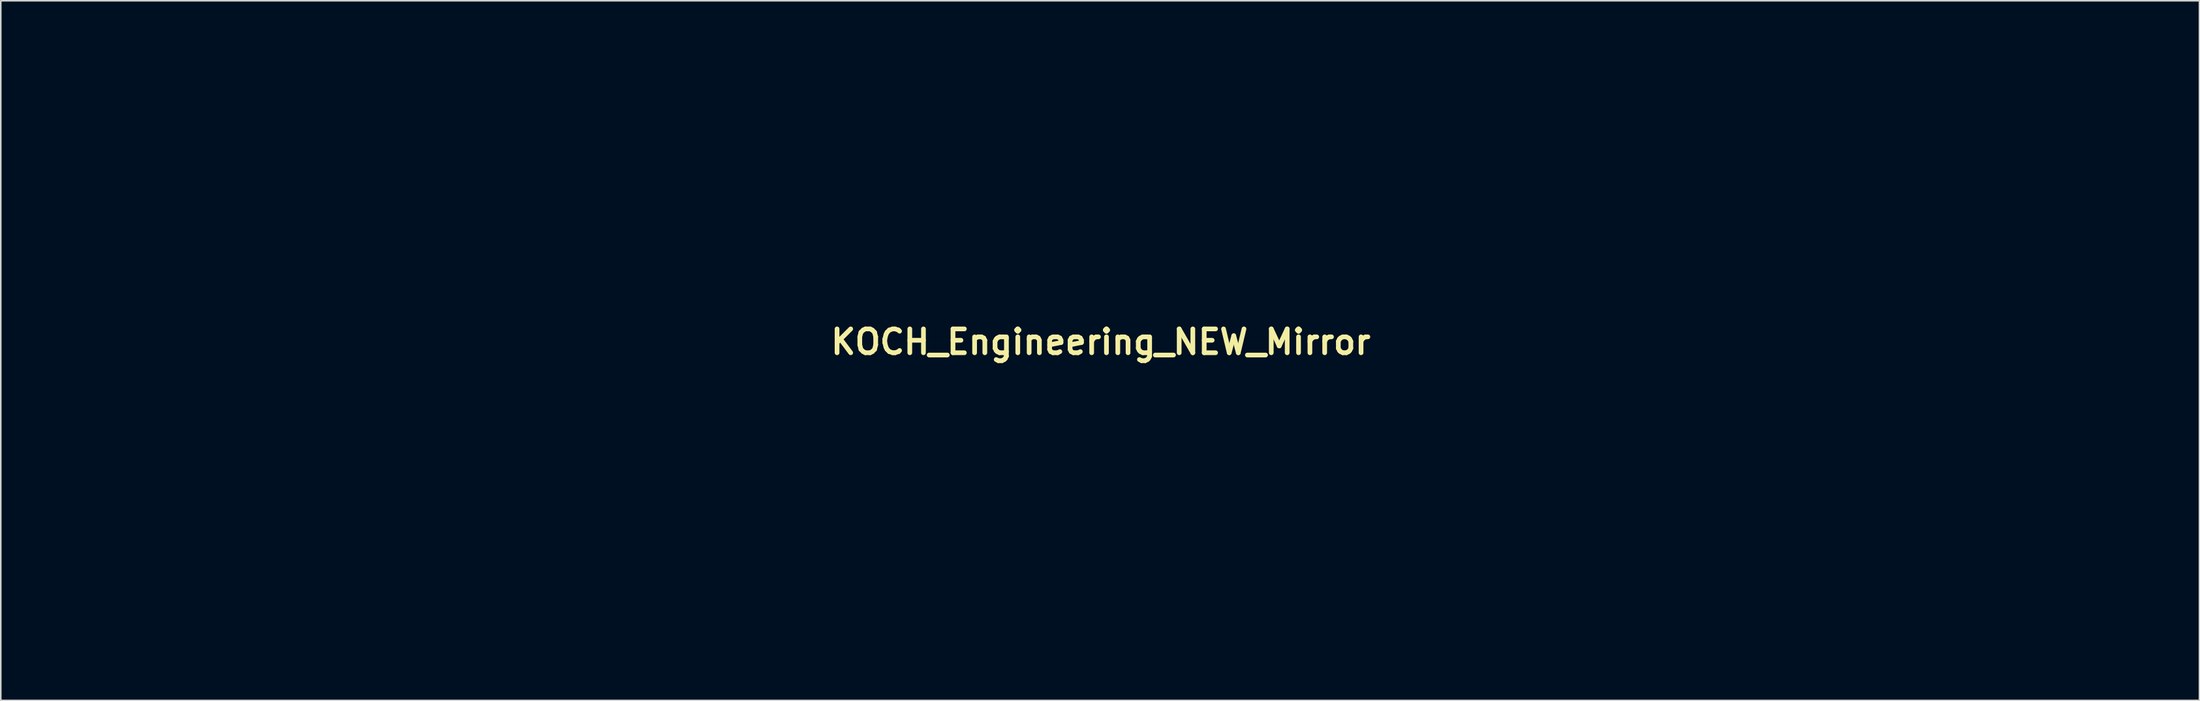
<source format=kicad_pcb>
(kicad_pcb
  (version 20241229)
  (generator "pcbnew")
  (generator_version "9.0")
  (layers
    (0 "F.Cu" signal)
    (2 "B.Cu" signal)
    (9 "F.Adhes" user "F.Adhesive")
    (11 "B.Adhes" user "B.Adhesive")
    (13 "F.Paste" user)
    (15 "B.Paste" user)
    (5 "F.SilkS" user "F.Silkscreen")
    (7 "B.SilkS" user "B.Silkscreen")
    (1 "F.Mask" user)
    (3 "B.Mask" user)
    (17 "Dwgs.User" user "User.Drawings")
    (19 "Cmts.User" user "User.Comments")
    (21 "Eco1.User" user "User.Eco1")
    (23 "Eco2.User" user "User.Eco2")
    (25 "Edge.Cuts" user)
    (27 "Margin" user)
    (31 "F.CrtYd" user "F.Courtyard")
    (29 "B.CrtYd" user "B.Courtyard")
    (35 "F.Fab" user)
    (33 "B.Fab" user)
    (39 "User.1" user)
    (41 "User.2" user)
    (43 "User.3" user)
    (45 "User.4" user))
  (footprint "KOCH_Engineering_NEW_Mirror"
    (layer "F.Cu")
    (at 67.23 18.801)
    (property "Reference" "KOCH_Engineering_NEW_Mirror" (at 0 0 0) (layer "F.SilkS") (effects (font (size 1.524 1.524) (thickness 0.3))))
    (attr through_hole)
    (fp_poly (pts (xy -10.657 7.667) (xy -10.224 7.851) (xy -9.758 8.2) (xy -9.388 8.682) (xy -9.12 9.287) (xy -8.993 9.8) (xy -8.913 10.245) (xy -13.377 10.245) (xy -13.377 9.794) (xy -13.35 9.436) (xy -13.283 9.045) (xy -13.241 8.884) (xy -13.018 8.406) (xy -12.677 8.026) (xy -12.245 7.753) (xy -11.747 7.596) (xy -11.209 7.565) (xy -10.657 7.667)) (stroke (width 0.01) (type solid)) (fill no) (layer "Eco2.User"))
    (fp_poly (pts (xy 0.688 7.667) (xy 1.121 7.851) (xy 1.587 8.2) (xy 1.957 8.682) (xy 2.225 9.287) (xy 2.352 9.8) (xy 2.432 10.245) (xy -2.032 10.245) (xy -2.032 9.794) (xy -2.005 9.436) (xy -1.937 9.045) (xy -1.896 8.884) (xy -1.673 8.406) (xy -1.332 8.026) (xy -0.9 7.753) (xy -0.402 7.596) (xy 0.136 7.565) (xy 0.688 7.667)) (stroke (width 0.01) (type solid)) (fill no) (layer "Eco2.User"))
    (fp_poly (pts (xy -55.94 7.61) (xy -55.785 7.649) (xy -55.288 7.879) (xy -54.874 8.253) (xy -54.545 8.766) (xy -54.303 9.411) (xy -54.152 10.185) (xy -54.093 11.082) (xy -54.092 11.213) (xy -54.122 11.938) (xy -54.212 12.531) (xy -54.373 13.02) (xy -54.612 13.435) (xy -54.848 13.713) (xy -55.277 14.068) (xy -55.725 14.259) (xy -56.211 14.29) (xy -56.684 14.19) (xy -57.354 13.892) (xy -57.955 13.453) (xy -58.457 12.895) (xy -58.506 12.825) (xy -58.759 12.458) (xy -58.759 8.83) (xy -58.296 8.393) (xy -57.735 7.956) (xy -57.148 7.678) (xy -56.546 7.562) (xy -55.94 7.61)) (stroke (width 0.01) (type solid)) (fill no) (layer "Eco2.User"))
    (fp_poly (pts (xy 34.738 7.61) (xy 34.893 7.649) (xy 35.39 7.879) (xy 35.804 8.253) (xy 36.133 8.766) (xy 36.375 9.411) (xy 36.526 10.185) (xy 36.585 11.082) (xy 36.586 11.213) (xy 36.556 11.938) (xy 36.466 12.531) (xy 36.305 13.02) (xy 36.066 13.435) (xy 35.83 13.713) (xy 35.401 14.068) (xy 34.953 14.259) (xy 34.467 14.29) (xy 33.994 14.19) (xy 33.324 13.892) (xy 32.723 13.453) (xy 32.221 12.895) (xy 32.172 12.825) (xy 31.919 12.458) (xy 31.919 8.83) (xy 32.382 8.393) (xy 32.943 7.956) (xy 33.53 7.678) (xy 34.132 7.562) (xy 34.738 7.61)) (stroke (width 0.01) (type solid)) (fill no) (layer "Eco2.User"))
    (fp_poly (pts (xy -54.642 -16.84) (xy -54.528 -16.791) (xy -54.447 -16.668) (xy -54.37 -16.437) (xy -54.309 -16.211) (xy -54.191 -15.447) (xy -54.226 -14.684) (xy -54.406 -13.95) (xy -54.725 -13.274) (xy -55.149 -12.713) (xy -55.384 -12.488) (xy -55.665 -12.259) (xy -55.958 -12.048) (xy -56.23 -11.876) (xy -56.448 -11.766) (xy -56.579 -11.74) (xy -56.594 -11.749) (xy -56.639 -11.848) (xy -56.598 -11.988) (xy -56.457 -12.188) (xy -56.207 -12.466) (xy -55.986 -12.689) (xy -55.669 -13.007) (xy -55.446 -13.237) (xy -55.293 -13.415) (xy -55.184 -13.571) (xy -55.094 -13.74) (xy -54.996 -13.953) (xy -54.99 -13.967) (xy -54.91 -14.185) (xy -54.859 -14.431) (xy -54.832 -14.75) (xy -54.823 -15.186) (xy -54.823 -15.28) (xy -54.828 -15.674) (xy -54.843 -16.016) (xy -54.865 -16.264) (xy -54.885 -16.365) (xy -54.949 -16.453) (xy -55.054 -16.452) (xy -55.217 -16.353) (xy -55.46 -16.145) (xy -55.67 -15.947) (xy -56.12 -15.472) (xy -56.444 -15.03) (xy -56.66 -14.605) (xy -56.775 -14.234) (xy -56.868 -13.769) (xy -56.931 -13.275) (xy -56.954 -12.82) (xy -56.938 -12.525) (xy -56.91 -12.277) (xy -56.923 -12.153) (xy -56.991 -12.111) (xy -57.057 -12.107) (xy -57.133 -12.116) (xy -57.183 -12.161) (xy -57.213 -12.27) (xy -57.228 -12.472) (xy -57.233 -12.795) (xy -57.233 -13.102) (xy -57.221 -13.668) (xy -57.176 -14.117) (xy -57.089 -14.498) (xy -56.946 -14.864) (xy -56.736 -15.264) (xy -56.725 -15.282) (xy -56.451 -15.683) (xy -56.112 -16.063) (xy -55.741 -16.395) (xy -55.368 -16.653) (xy -55.027 -16.811) (xy -54.815 -16.849) (xy -54.642 -16.84)) (stroke (width 0.01) (type solid)) (fill no) (layer "Eco2.User"))
    (fp_poly (pts (xy 46.438 -14.99) (xy 46.99 -14.898) (xy 47.217 -14.837) (xy 47.81 -14.593) (xy 48.413 -14.245) (xy 48.97 -13.829) (xy 49.424 -13.385) (xy 49.486 -13.311) (xy 50.001 -12.536) (xy 50.38 -11.682) (xy 50.621 -10.77) (xy 50.721 -9.825) (xy 50.679 -8.869) (xy 50.492 -7.926) (xy 50.158 -7.019) (xy 50.075 -6.847) (xy 49.792 -6.385) (xy 49.408 -5.9) (xy 48.965 -5.434) (xy 48.505 -5.032) (xy 48.069 -4.736) (xy 48.033 -4.717) (xy 47.318 -4.42) (xy 46.515 -4.234) (xy 45.673 -4.163) (xy 44.838 -4.212) (xy 44.471 -4.277) (xy 43.722 -4.508) (xy 43.034 -4.867) (xy 42.378 -5.373) (xy 42.145 -5.594) (xy 41.537 -6.302) (xy 41.078 -7.082) (xy 40.765 -7.942) (xy 40.593 -8.887) (xy 40.557 -9.617) (xy 40.564 -9.718) (xy 42.868 -9.718) (xy 42.905 -8.952) (xy 43.066 -8.232) (xy 43.347 -7.584) (xy 43.744 -7.031) (xy 43.919 -6.855) (xy 44.455 -6.472) (xy 45.048 -6.246) (xy 45.684 -6.181) (xy 46.355 -6.279) (xy 46.453 -6.307) (xy 47.022 -6.561) (xy 47.503 -6.953) (xy 47.891 -7.472) (xy 48.177 -8.106) (xy 48.353 -8.844) (xy 48.403 -9.311) (xy 48.39 -10.114) (xy 48.255 -10.845) (xy 48.009 -11.493) (xy 47.663 -12.044) (xy 47.225 -12.485) (xy 46.707 -12.804) (xy 46.119 -12.987) (xy 45.471 -13.021) (xy 45.428 -13.018) (xy 44.809 -12.887) (xy 44.242 -12.608) (xy 43.754 -12.202) (xy 43.37 -11.688) (xy 43.183 -11.292) (xy 42.96 -10.506) (xy 42.868 -9.718) (xy 40.564 -9.718) (xy 40.632 -10.604) (xy 40.855 -11.526) (xy 41.218 -12.373) (xy 41.712 -13.132) (xy 42.33 -13.79) (xy 43.063 -14.337) (xy 43.902 -14.761) (xy 44.196 -14.869) (xy 44.652 -14.974) (xy 45.214 -15.029) (xy 45.828 -15.034) (xy 46.438 -14.99)) (stroke (width 0.01) (type solid)) (fill no) (layer "Eco2.User"))
    (fp_poly (pts (xy 35.155 -14.977) (xy 35.808 -14.826) (xy 35.831 -14.819) (xy 36.392 -14.588) (xy 36.973 -14.251) (xy 37.517 -13.847) (xy 37.966 -13.416) (xy 38.056 -13.311) (xy 38.573 -12.532) (xy 38.954 -11.675) (xy 39.195 -10.762) (xy 39.294 -9.815) (xy 39.249 -8.858) (xy 39.059 -7.913) (xy 38.721 -7.004) (xy 38.645 -6.847) (xy 38.362 -6.385) (xy 37.978 -5.9) (xy 37.535 -5.434) (xy 37.075 -5.032) (xy 36.639 -4.736) (xy 36.603 -4.717) (xy 35.887 -4.42) (xy 35.077 -4.234) (xy 34.215 -4.162) (xy 33.341 -4.209) (xy 32.926 -4.276) (xy 32.24 -4.458) (xy 31.688 -4.702) (xy 31.279 -5.003) (xy 31.021 -5.354) (xy 30.928 -5.661) (xy 30.939 -6.08) (xy 31.077 -6.435) (xy 31.322 -6.697) (xy 31.651 -6.84) (xy 31.834 -6.858) (xy 32.066 -6.824) (xy 32.386 -6.734) (xy 32.73 -6.607) (xy 32.776 -6.588) (xy 33.118 -6.45) (xy 33.404 -6.368) (xy 33.705 -6.327) (xy 34.094 -6.313) (xy 34.163 -6.312) (xy 34.556 -6.317) (xy 34.841 -6.343) (xy 35.077 -6.402) (xy 35.326 -6.506) (xy 35.417 -6.549) (xy 35.93 -6.893) (xy 36.364 -7.377) (xy 36.703 -7.981) (xy 36.755 -8.107) (xy 36.874 -8.545) (xy 36.941 -9.089) (xy 36.958 -9.68) (xy 36.923 -10.263) (xy 36.837 -10.781) (xy 36.764 -11.026) (xy 36.449 -11.692) (xy 36.044 -12.216) (xy 35.546 -12.6) (xy 35.004 -12.833) (xy 34.495 -12.936) (xy 33.959 -12.935) (xy 33.359 -12.829) (xy 32.906 -12.7) (xy 32.424 -12.555) (xy 32.067 -12.474) (xy 31.802 -12.459) (xy 31.599 -12.508) (xy 31.424 -12.621) (xy 31.345 -12.695) (xy 31.106 -13.035) (xy 31.03 -13.419) (xy 31.079 -13.741) (xy 31.257 -14.084) (xy 31.578 -14.383) (xy 32.016 -14.634) (xy 32.549 -14.832) (xy 33.153 -14.97) (xy 33.804 -15.044) (xy 34.48 -15.048) (xy 35.155 -14.977)) (stroke (width 0.01) (type solid)) (fill no) (layer "Eco2.User"))
    (fp_poly (pts (xy 28.517 -14.856) (xy 28.824 -14.627) (xy 28.922 -14.503) (xy 28.957 -14.445) (xy 28.986 -14.373) (xy 29.011 -14.273) (xy 29.031 -14.131) (xy 29.047 -13.933) (xy 29.059 -13.666) (xy 29.068 -13.315) (xy 29.075 -12.866) (xy 29.079 -12.307) (xy 29.081 -11.623) (xy 29.083 -10.799) (xy 29.083 -9.823) (xy 29.083 -9.61) (xy 29.083 -8.602) (xy 29.082 -7.749) (xy 29.08 -7.038) (xy 29.076 -6.455) (xy 29.07 -5.986) (xy 29.061 -5.616) (xy 29.049 -5.334) (xy 29.034 -5.123) (xy 29.015 -4.971) (xy 28.992 -4.863) (xy 28.963 -4.787) (xy 28.93 -4.727) (xy 28.922 -4.716) (xy 28.646 -4.439) (xy 28.303 -4.281) (xy 27.929 -4.24) (xy 27.564 -4.311) (xy 27.245 -4.49) (xy 27.011 -4.774) (xy 26.95 -4.914) (xy 26.91 -5.125) (xy 26.879 -5.494) (xy 26.857 -6.008) (xy 26.846 -6.655) (xy 26.844 -6.923) (xy 26.839 -8.639) (xy 24.532 -8.616) (xy 22.225 -8.594) (xy 22.183 -6.731) (xy 22.161 -5.989) (xy 22.133 -5.41) (xy 22.099 -4.996) (xy 22.059 -4.749) (xy 22.037 -4.689) (xy 21.849 -4.496) (xy 21.556 -4.338) (xy 21.223 -4.246) (xy 21.069 -4.234) (xy 20.801 -4.28) (xy 20.528 -4.392) (xy 20.505 -4.405) (xy 20.395 -4.474) (xy 20.301 -4.545) (xy 20.222 -4.631) (xy 20.158 -4.746) (xy 20.106 -4.905) (xy 20.066 -5.119) (xy 20.035 -5.404) (xy 20.013 -5.773) (xy 19.998 -6.24) (xy 19.989 -6.818) (xy 19.984 -7.521) (xy 19.982 -8.362) (xy 19.981 -9.357) (xy 19.981 -9.61) (xy 19.982 -10.641) (xy 19.983 -11.517) (xy 19.987 -12.251) (xy 19.995 -12.856) (xy 20.009 -13.347) (xy 20.029 -13.738) (xy 20.058 -14.041) (xy 20.096 -14.271) (xy 20.145 -14.441) (xy 20.206 -14.565) (xy 20.281 -14.656) (xy 20.372 -14.73) (xy 20.478 -14.798) (xy 20.505 -14.814) (xy 20.905 -14.964) (xy 21.336 -14.953) (xy 21.644 -14.848) (xy 21.811 -14.759) (xy 21.939 -14.654) (xy 22.033 -14.513) (xy 22.1 -14.313) (xy 22.143 -14.031) (xy 22.168 -13.647) (xy 22.18 -13.139) (xy 22.183 -12.484) (xy 22.183 -12.45) (xy 22.183 -10.668) (xy 26.839 -10.668) (xy 26.844 -12.34) (xy 26.852 -13.018) (xy 26.87 -13.572) (xy 26.898 -13.988) (xy 26.936 -14.253) (xy 26.95 -14.306) (xy 27.141 -14.63) (xy 27.431 -14.85) (xy 27.783 -14.964) (xy 28.158 -14.968) (xy 28.517 -14.856)) (stroke (width 0.01) (type solid)) (fill no) (layer "Eco2.User"))
    (fp_poly (pts (xy 53.764 -16.87) (xy 53.764 -14.944) (xy 53.996 -14.781) (xy 54.111 -14.68) (xy 54.324 -14.471) (xy 54.62 -14.171) (xy 54.982 -13.796) (xy 55.395 -13.363) (xy 55.843 -12.889) (xy 56.049 -12.669) (xy 57.87 -10.719) (xy 57.912 -12.555) (xy 57.954 -14.39) (xy 58.231 -14.667) (xy 58.407 -14.825) (xy 58.572 -14.908) (xy 58.793 -14.94) (xy 59.013 -14.944) (xy 59.311 -14.934) (xy 59.507 -14.889) (xy 59.669 -14.785) (xy 59.794 -14.667) (xy 60.071 -14.39) (xy 60.096 -12.233) (xy 60.121 -10.075) (xy 64.601 -10.075) (xy 64.601 -8.975) (xy 60.113 -8.975) (xy 60.113 -6.977) (xy 60.112 -6.329) (xy 60.107 -5.828) (xy 60.097 -5.451) (xy 60.08 -5.177) (xy 60.055 -4.983) (xy 60.021 -4.847) (xy 59.975 -4.746) (xy 59.969 -4.735) (xy 59.715 -4.457) (xy 59.374 -4.293) (xy 58.991 -4.245) (xy 58.609 -4.318) (xy 58.27 -4.516) (xy 58.219 -4.564) (xy 57.954 -4.829) (xy 57.912 -6.928) (xy 57.87 -9.027) (xy 57.131 -8.231) (xy 56.393 -7.434) (xy 56.985 -6.939) (xy 57.577 -6.445) (xy 56.326 -6.054) (xy 55.875 -5.913) (xy 55.467 -5.785) (xy 55.135 -5.681) (xy 54.915 -5.611) (xy 54.858 -5.593) (xy 54.693 -5.498) (xy 54.463 -5.315) (xy 54.217 -5.082) (xy 54.204 -5.069) (xy 53.767 -4.614) (xy 53.765 -2.434) (xy 53.763 -0.254) (xy 52.663 -0.254) (xy 52.663 -4.231) (xy 52.373 -4.352) (xy 52.055 -4.55) (xy 51.877 -4.831) (xy 51.828 -5.212) (xy 51.836 -5.338) (xy 51.928 -5.743) (xy 52.13 -6.078) (xy 52.214 -6.19) (xy 52.282 -6.306) (xy 52.339 -6.452) (xy 52.39 -6.651) (xy 52.442 -6.929) (xy 52.5 -7.309) (xy 52.57 -7.817) (xy 52.625 -8.236) (xy 52.698 -8.779) (xy 52.768 -9.267) (xy 52.83 -9.676) (xy 52.881 -9.978) (xy 52.916 -10.148) (xy 52.925 -10.174) (xy 53.016 -10.167) (xy 53.218 -10.045) (xy 53.525 -9.814) (xy 53.734 -9.643) (xy 54.045 -9.383) (xy 54.318 -9.156) (xy 54.521 -8.989) (xy 54.616 -8.912) (xy 54.696 -8.881) (xy 54.797 -8.92) (xy 54.946 -9.046) (xy 55.168 -9.279) (xy 55.27 -9.392) (xy 55.791 -9.974) (xy 54.385 -11.358) (xy 53.823 -11.915) (xy 53.371 -12.371) (xy 53.018 -12.741) (xy 52.753 -13.038) (xy 52.564 -13.278) (xy 52.438 -13.475) (xy 52.364 -13.646) (xy 52.33 -13.803) (xy 52.324 -13.924) (xy 52.384 -14.298) (xy 52.493 -14.501) (xy 52.547 -14.578) (xy 52.587 -14.672) (xy 52.617 -14.804) (xy 52.638 -14.997) (xy 52.651 -15.272) (xy 52.659 -15.652) (xy 52.662 -16.159) (xy 52.663 -16.756) (xy 52.663 -18.796) (xy 53.763 -18.796) (xy 53.764 -16.87)) (stroke (width 0.01) (type solid)) (fill no) (layer "Eco2.User"))
    (fp_poly (pts (xy -58.873 -14.406) (xy -58.812 -14.281) (xy -58.701 -14.097) (xy -58.552 -13.988) (xy -58.367 -13.851) (xy -58.167 -13.594) (xy -57.944 -13.204) (xy -57.702 -12.7) (xy -57.562 -12.405) (xy -57.434 -12.16) (xy -57.344 -12.017) (xy -57.344 -12.016) (xy -57.252 -11.82) (xy -57.235 -11.703) (xy -57.199 -11.535) (xy -57.15 -11.472) (xy -57.074 -11.351) (xy -57.063 -11.277) (xy -57.008 -11.121) (xy -56.876 -10.926) (xy -56.851 -10.896) (xy -56.702 -10.753) (xy -56.545 -10.688) (xy -56.31 -10.68) (xy -56.218 -10.685) (xy -55.954 -10.721) (xy -55.811 -10.782) (xy -55.802 -10.852) (xy -55.945 -10.917) (xy -55.965 -10.922) (xy -56.136 -10.985) (xy -56.152 -11.049) (xy -56.025 -11.106) (xy -55.768 -11.148) (xy -55.584 -11.161) (xy -54.772 -11.128) (xy -54.002 -10.962) (xy -53.295 -10.674) (xy -52.674 -10.276) (xy -52.159 -9.778) (xy -51.773 -9.192) (xy -51.759 -9.164) (xy -51.667 -8.968) (xy -51.603 -8.794) (xy -51.561 -8.607) (xy -51.536 -8.372) (xy -51.525 -8.052) (xy -51.521 -7.611) (xy -51.521 -7.408) (xy -51.523 -6.901) (xy -51.533 -6.52) (xy -51.557 -6.224) (xy -51.599 -5.971) (xy -51.665 -5.718) (xy -51.759 -5.422) (xy -51.761 -5.419) (xy -52.125 -4.483) (xy -52.564 -3.612) (xy -53.059 -2.839) (xy -53.591 -2.197) (xy -53.673 -2.114) (xy -53.997 -1.815) (xy -54.272 -1.627) (xy -54.548 -1.528) (xy -54.88 -1.493) (xy -55.06 -1.493) (xy -55.366 -1.511) (xy -55.609 -1.549) (xy -55.734 -1.598) (xy -55.89 -1.684) (xy -56.092 -1.651) (xy -56.371 -1.493) (xy -56.398 -1.474) (xy -56.791 -1.283) (xy -57.202 -1.221) (xy -57.58 -1.295) (xy -57.616 -1.311) (xy -57.87 -1.432) (xy -57.54 -1.436) (xy -57.352 -1.453) (xy -57.192 -1.519) (xy -57.016 -1.66) (xy -56.778 -1.905) (xy -56.778 -1.906) (xy -56.483 -2.192) (xy -56.25 -2.339) (xy -56.054 -2.352) (xy -55.874 -2.238) (xy -55.831 -2.194) (xy -55.591 -2.008) (xy -55.274 -1.857) (xy -54.968 -1.781) (xy -54.913 -1.778) (xy -54.767 -1.828) (xy -54.584 -1.951) (xy -54.406 -2.11) (xy -54.275 -2.265) (xy -54.232 -2.378) (xy -54.242 -2.397) (xy -54.357 -2.435) (xy -54.568 -2.455) (xy -54.614 -2.455) (xy -54.855 -2.488) (xy -55.022 -2.571) (xy -55.033 -2.582) (xy -55.197 -2.691) (xy -55.291 -2.709) (xy -55.434 -2.74) (xy -55.471 -2.773) (xy -55.565 -2.857) (xy -55.751 -2.967) (xy -55.961 -3.069) (xy -56.13 -3.128) (xy -56.164 -3.133) (xy -56.283 -3.075) (xy -56.475 -2.927) (xy -56.703 -2.722) (xy -56.928 -2.498) (xy -57.112 -2.289) (xy -57.18 -2.194) (xy -57.355 -1.993) (xy -57.528 -1.864) (xy -57.699 -1.8) (xy -57.854 -1.838) (xy -57.963 -1.903) (xy -58.127 -1.998) (xy -58.225 -1.989) (xy -58.333 -1.866) (xy -58.338 -1.86) (xy -58.483 -1.666) (xy -58.812 -1.869) (xy -59.164 -2.1) (xy -59.448 -2.324) (xy -59.684 -2.543) (xy -59.877 -2.746) (xy -60.089 -2.989) (xy -60.242 -3.175) (xy -53.679 -3.175) (xy -53.636 -3.133) (xy -53.594 -3.175) (xy -53.636 -3.217) (xy -53.679 -3.175) (xy -60.242 -3.175) (xy -60.289 -3.233) (xy -60.385 -3.36) (xy -53.539 -3.36) (xy -53.536 -3.357) (xy -53.436 -3.341) (xy -53.354 -3.438) (xy -53.34 -3.519) (xy -53.303 -3.628) (xy -53.275 -3.641) (xy -53.201 -3.71) (xy -53.094 -3.882) (xy -53.056 -3.958) (xy -52.923 -4.23) (xy -52.798 -4.484) (xy -52.782 -4.515) (xy -52.695 -4.749) (xy -52.663 -4.943) (xy -52.631 -5.129) (xy -52.586 -5.211) (xy -52.527 -5.346) (xy -52.49 -5.568) (xy -52.478 -5.816) (xy -52.492 -6.029) (xy -52.535 -6.149) (xy -52.546 -6.155) (xy -52.638 -6.11) (xy -52.707 -5.928) (xy -52.743 -5.64) (xy -52.746 -5.524) (xy -52.77 -5.337) (xy -52.826 -5.25) (xy -52.832 -5.249) (xy -52.889 -5.175) (xy -52.916 -4.993) (xy -52.917 -4.962) (xy -52.954 -4.731) (xy -53.044 -4.626) (xy -53.14 -4.513) (xy -53.171 -4.363) (xy -53.199 -4.203) (xy -53.255 -4.149) (xy -53.33 -4.08) (xy -53.34 -4.017) (xy -53.377 -3.852) (xy -53.464 -3.647) (xy -53.535 -3.468) (xy -53.539 -3.36) (xy -60.385 -3.36) (xy -60.447 -3.442) (xy -60.53 -3.576) (xy -60.537 -3.598) (xy -60.595 -3.701) (xy -60.655 -3.758) (xy -60.78 -3.91) (xy -60.947 -4.183) (xy -61.136 -4.542) (xy -61.329 -4.948) (xy -61.509 -5.364) (xy -61.656 -5.755) (xy -61.682 -5.834) (xy -61.78 -6.153) (xy -61.843 -6.42) (xy -61.877 -6.688) (xy -61.887 -7.007) (xy -61.88 -7.43) (xy -61.876 -7.563) (xy -61.876 -7.569) (xy -61.276 -7.569) (xy -61.268 -6.858) (xy -61.225 -6.357) (xy -61.174 -6.013) (xy -61.114 -5.817) (xy -61.045 -5.757) (xy -60.975 -5.828) (xy -60.929 -5.948) (xy -60.904 -6.124) (xy -60.885 -6.41) (xy -60.877 -6.749) (xy -60.876 -6.79) (xy -60.866 -7.106) (xy -60.863 -7.126) (xy -52.487 -7.126) (xy -52.485 -6.715) (xy -52.47 -6.452) (xy -52.439 -6.316) (xy -52.39 -6.285) (xy -52.388 -6.286) (xy -52.322 -6.394) (xy -52.275 -6.659) (xy -52.255 -6.949) (xy -52.25 -7.325) (xy -52.262 -7.692) (xy -52.287 -7.959) (xy -52.333 -8.177) (xy -52.378 -8.239) (xy -52.418 -8.154) (xy -52.452 -7.935) (xy -52.476 -7.594) (xy -52.487 -7.142) (xy -52.487 -7.126) (xy -60.863 -7.126) (xy -60.838 -7.353) (xy -60.799 -7.485) (xy -60.791 -7.493) (xy -60.74 -7.602) (xy -60.708 -7.819) (xy -60.703 -7.942) (xy -60.676 -8.219) (xy -60.609 -8.446) (xy -60.576 -8.504) (xy -60.481 -8.714) (xy -60.452 -8.906) (xy -60.426 -9.077) (xy -60.405 -9.102) (xy -52.663 -9.102) (xy -52.617 -8.989) (xy -52.578 -8.975) (xy -52.503 -9.043) (xy -52.493 -9.102) (xy -52.539 -9.214) (xy -52.578 -9.229) (xy -52.653 -9.16) (xy -52.663 -9.102) (xy -60.405 -9.102) (xy -60.367 -9.144) (xy -60.304 -9.216) (xy -60.283 -9.356) (xy -60.257 -9.515) (xy -60.207 -9.567) (xy -60.111 -9.636) (xy -60.065 -9.783) (xy -60.094 -9.919) (xy -60.104 -9.931) (xy -60.205 -9.926) (xy -60.361 -9.802) (xy -60.548 -9.59) (xy -60.74 -9.319) (xy -60.91 -9.019) (xy -60.944 -8.948) (xy -61.172 -8.293) (xy -61.276 -7.569) (xy -61.876 -7.569) (xy -61.858 -8.015) (xy -61.833 -8.343) (xy -61.792 -8.59) (xy -61.727 -8.803) (xy -61.63 -9.025) (xy -61.592 -9.102) (xy -61.249 -9.655) (xy -60.814 -10.135) (xy -60.694 -10.228) (xy -53.601 -10.228) (xy -53.594 -10.164) (xy -53.489 -10.031) (xy -53.274 -9.806) (xy -53.251 -9.782) (xy -53.013 -9.565) (xy -52.825 -9.435) (xy -52.706 -9.396) (xy -52.675 -9.453) (xy -52.751 -9.609) (xy -52.801 -9.682) (xy -52.98 -9.874) (xy -53.15 -10) (xy -53.293 -10.103) (xy -53.34 -10.174) (xy -53.412 -10.23) (xy -53.524 -10.245) (xy -53.601 -10.228) (xy -60.694 -10.228) (xy -60.316 -10.522) (xy -59.784 -10.794) (xy -59.248 -10.931) (xy -59.013 -10.943) (xy -58.641 -10.926) (xy -58.233 -10.895) (xy -58.061 -10.878) (xy -57.732 -10.861) (xy -57.555 -10.914) (xy -57.519 -11.051) (xy -57.615 -11.288) (xy -57.707 -11.443) (xy -57.848 -11.662) (xy -57.956 -11.814) (xy -57.99 -11.853) (xy -58.068 -11.948) (xy -58.187 -12.121) (xy -58.196 -12.136) (xy -58.311 -12.295) (xy -58.507 -12.547) (xy -58.757 -12.858) (xy -59.018 -13.172) (xy -59.271 -13.486) (xy -59.473 -13.76) (xy -59.604 -13.967) (xy -59.644 -14.076) (xy -59.643 -14.079) (xy -59.533 -14.208) (xy -59.333 -14.346) (xy -59.118 -14.449) (xy -58.988 -14.478) (xy -58.873 -14.406)) (stroke (width 0.01) (type solid)) (fill no) (layer "Eco2.User"))
    (fp_poly (pts (xy 67.141 19.897) (xy -67.225 19.897) (xy -67.225 6.435) (xy -60.462 6.435) (xy -60.43 11.197) (xy -60.422 12.264) (xy -60.414 13.177) (xy -60.405 13.95) (xy -60.393 14.598) (xy -60.377 15.136) (xy -60.357 15.578) (xy -60.33 15.94) (xy -60.296 16.236) (xy -60.253 16.481) (xy -60.2 16.69) (xy -60.137 16.877) (xy -60.061 17.057) (xy -59.973 17.246) (xy -59.938 17.316) (xy -59.771 17.593) (xy -59.529 17.914) (xy -59.267 18.208) (xy -58.836 18.589) (xy -58.38 18.878) (xy -57.869 19.082) (xy -57.278 19.209) (xy -56.578 19.269) (xy -55.795 19.271) (xy -55.036 19.233) (xy -54.384 19.157) (xy -53.827 19.047) (xy -53.423 18.944) (xy -53.166 18.858) (xy -53.033 18.781) (xy -53.003 18.718) (xy -53.017 18.535) (xy -53.05 18.272) (xy -53.093 17.982) (xy -53.139 17.716) (xy -53.18 17.527) (xy -53.201 17.467) (xy -53.295 17.474) (xy -53.506 17.528) (xy -53.794 17.618) (xy -53.876 17.645) (xy -54.687 17.869) (xy -55.506 17.99) (xy -56.293 18.005) (xy -57.007 17.913) (xy -57.236 17.854) (xy -57.561 17.705) (xy -57.9 17.469) (xy -58.192 17.193) (xy -58.369 16.946) (xy -58.481 16.661) (xy -58.581 16.269) (xy -58.672 15.75) (xy -58.672 15.748) (xy -48.945 15.748) (xy -47.253 15.748) (xy -47.227 12.34) (xy -47.221 11.489) (xy -47.214 10.79) (xy -47.206 10.226) (xy -47.196 9.781) (xy -47.184 9.436) (xy -47.168 9.177) (xy -47.147 8.984) (xy -47.121 8.842) (xy -47.088 8.733) (xy -47.048 8.64) (xy -47.024 8.594) (xy -46.766 8.244) (xy -46.418 8.024) (xy -45.964 7.925) (xy -45.762 7.917) (xy -45.266 7.97) (xy -44.797 8.138) (xy -44.332 8.434) (xy -43.843 8.873) (xy -43.693 9.03) (xy -43.095 9.669) (xy -43.095 15.748) (xy -41.402 15.748) (xy -41.402 6.435) (xy -35.137 6.435) (xy -35.137 15.748) (xy -33.359 15.748) (xy -33.359 9.144) (xy -26.759 9.144) (xy -25.4 9.144) (xy -25.4 7.8) (xy -25.009 7.741) (xy -24.397 7.734) (xy -23.769 7.89) (xy -23.134 8.205) (xy -22.501 8.675) (xy -22.162 8.993) (xy -21.505 9.655) (xy -21.505 15.748) (xy -19.812 15.748) (xy -19.812 14.541) (xy -15.312 14.541) (xy -15.307 14.708) (xy -15.282 15.361) (xy -14.774 15.516) (xy -13.91 15.727) (xy -12.988 15.86) (xy -12.06 15.912) (xy -11.179 15.879) (xy -10.516 15.783) (xy -9.673 15.534) (xy -8.94 15.157) (xy -8.321 14.656) (xy -8.228 14.541) (xy -3.967 14.541) (xy -3.962 14.708) (xy -3.937 15.361) (xy -3.429 15.516) (xy -2.565 15.727) (xy -1.643 15.86) (xy -0.715 15.912) (xy 0.167 15.879) (xy 0.829 15.783) (xy 1.672 15.534) (xy 2.405 15.157) (xy 3.024 14.656) (xy 3.527 14.033) (xy 3.91 13.292) (xy 4.17 12.436) (xy 4.2 12.292) (xy 7.705 12.292) (xy 7.705 15.748) (xy 9.38 15.748) (xy 9.412 12.34) (xy 9.42 11.491) (xy 9.427 10.795) (xy 9.436 10.233) (xy 9.445 9.791) (xy 9.458 9.449) (xy 9.474 9.192) (xy 9.495 9.002) (xy 9.521 8.863) (xy 9.555 8.757) (xy 9.596 8.667) (xy 9.64 8.586) (xy 9.888 8.25) (xy 10.193 8.039) (xy 10.59 7.936) (xy 10.922 7.918) (xy 11.358 7.959) (xy 11.766 8.09) (xy 12.174 8.327) (xy 12.612 8.687) (xy 12.951 9.02) (xy 13.547 9.634) (xy 13.547 15.748) (xy 15.24 15.748) (xy 15.24 6.435) (xy 21.59 6.435) (xy 21.59 15.748) (xy 23.283 15.748) (xy 23.283 7.705) (xy 26.67 7.705) (xy 26.67 6.435) (xy 30.216 6.435) (xy 30.248 11.197) (xy 30.256 12.264) (xy 30.264 13.177) (xy 30.273 13.95) (xy 30.285 14.598) (xy 30.301 15.136) (xy 30.321 15.578) (xy 30.348 15.94) (xy 30.382 16.236) (xy 30.425 16.481) (xy 30.478 16.69) (xy 30.541 16.877) (xy 30.617 17.057) (xy 30.705 17.246) (xy 30.74 17.316) (xy 30.907 17.593) (xy 31.149 17.914) (xy 31.411 18.208) (xy 31.842 18.589) (xy 32.298 18.878) (xy 32.809 19.082) (xy 33.4 19.209) (xy 34.1 19.269) (xy 34.883 19.271) (xy 35.642 19.233) (xy 36.294 19.157) (xy 36.851 19.047) (xy 37.255 18.944) (xy 37.512 18.858) (xy 37.645 18.781) (xy 37.675 18.718) (xy 37.661 18.535) (xy 37.628 18.272) (xy 37.585 17.982) (xy 37.539 17.716) (xy 37.498 17.527) (xy 37.477 17.467) (xy 37.383 17.474) (xy 37.172 17.528) (xy 36.884 17.618) (xy 36.802 17.645) (xy 35.991 17.869) (xy 35.172 17.99) (xy 34.385 18.005) (xy 33.671 17.913) (xy 33.442 17.854) (xy 33.117 17.705) (xy 32.778 17.469) (xy 32.486 17.193) (xy 32.309 16.946) (xy 32.197 16.661) (xy 32.097 16.269) (xy 32.006 15.75) (xy 32.006 15.748) (xy 41.734 15.748) (xy 43.427 15.748) (xy 43.452 12.298) (xy 43.458 11.441) (xy 43.465 10.736) (xy 43.472 10.167) (xy 43.482 9.718) (xy 43.494 9.371) (xy 43.509 9.111) (xy 43.529 8.92) (xy 43.555 8.781) (xy 43.587 8.679) (xy 43.625 8.595) (xy 43.649 8.554) (xy 43.933 8.214) (xy 44.315 8.004) (xy 44.805 7.92) (xy 44.916 7.918) (xy 45.504 8.004) (xy 46.082 8.258) (xy 46.648 8.68) (xy 47.201 9.269) (xy 47.254 9.336) (xy 47.583 9.752) (xy 47.583 15.748) (xy 49.276 15.748) (xy 49.276 14.563) (xy 52.239 14.563) (xy 52.239 15.748) (xy 59.521 15.748) (xy 59.521 3.979) (xy 52.663 3.979) (xy 52.663 5.165) (xy 57.997 5.165) (xy 57.997 8.89) (xy 53.425 8.89) (xy 53.425 10.075) (xy 57.997 10.075) (xy 57.997 14.563) (xy 52.239 14.563) (xy 49.276 14.563) (xy 49.276 6.435) (xy 47.557 6.435) (xy 47.606 7.345) (xy 47.655 8.255) (xy 47.432 7.959) (xy 46.967 7.43) (xy 46.428 6.965) (xy 45.872 6.611) (xy 45.819 6.584) (xy 45.545 6.455) (xy 45.318 6.374) (xy 45.084 6.33) (xy 44.788 6.311) (xy 44.409 6.308) (xy 43.971 6.315) (xy 43.651 6.343) (xy 43.402 6.398) (xy 43.172 6.487) (xy 42.691 6.792) (xy 42.27 7.212) (xy 41.965 7.693) (xy 41.963 7.697) (xy 41.92 7.795) (xy 41.885 7.897) (xy 41.856 8.021) (xy 41.832 8.182) (xy 41.814 8.396) (xy 41.799 8.68) (xy 41.788 9.049) (xy 41.779 9.52) (xy 41.772 10.108) (xy 41.766 10.83) (xy 41.76 11.701) (xy 41.759 11.917) (xy 41.734 15.748) (xy 32.006 15.748) (xy 31.921 15.087) (xy 31.892 14.821) (xy 31.781 13.768) (xy 31.955 14.017) (xy 32.263 14.395) (xy 32.65 14.782) (xy 33.067 15.131) (xy 33.461 15.398) (xy 33.572 15.457) (xy 33.819 15.571) (xy 34.034 15.644) (xy 34.266 15.684) (xy 34.569 15.702) (xy 34.967 15.706) (xy 35.393 15.701) (xy 35.699 15.68) (xy 35.939 15.635) (xy 36.161 15.559) (xy 36.326 15.485) (xy 36.907 15.142) (xy 37.386 14.698) (xy 37.777 14.135) (xy 38.096 13.434) (xy 38.169 13.229) (xy 38.255 12.958) (xy 38.315 12.715) (xy 38.354 12.462) (xy 38.376 12.158) (xy 38.386 11.763) (xy 38.388 11.261) (xy 38.386 10.742) (xy 38.375 10.352) (xy 38.353 10.05) (xy 38.313 9.797) (xy 38.251 9.551) (xy 38.163 9.274) (xy 38.162 9.271) (xy 37.812 8.419) (xy 37.369 7.701) (xy 36.86 7.135) (xy 36.439 6.788) (xy 36.02 6.548) (xy 35.56 6.399) (xy 35.014 6.325) (xy 34.544 6.31) (xy 34.12 6.314) (xy 33.816 6.333) (xy 33.579 6.376) (xy 33.361 6.451) (xy 33.189 6.528) (xy 32.874 6.702) (xy 32.517 6.935) (xy 32.237 7.146) (xy 31.75 7.545) (xy 31.75 6.435) (xy 30.216 6.435) (xy 26.67 6.435) (xy 21.59 6.435) (xy 15.24 6.435) (xy 13.548 6.435) (xy 13.603 7.345) (xy 13.657 8.255) (xy 13.32 7.832) (xy 12.854 7.31) (xy 12.371 6.912) (xy 11.819 6.592) (xy 11.773 6.57) (xy 11.497 6.447) (xy 11.264 6.369) (xy 11.019 6.328) (xy 10.705 6.31) (xy 10.372 6.308) (xy 9.964 6.313) (xy 9.674 6.333) (xy 9.452 6.379) (xy 9.248 6.458) (xy 9.094 6.535) (xy 8.628 6.853) (xy 8.231 7.263) (xy 8.01 7.602) (xy 7.938 7.765) (xy 7.878 7.959) (xy 7.828 8.201) (xy 7.789 8.505) (xy 7.758 8.889) (xy 7.736 9.366) (xy 7.72 9.953) (xy 7.71 10.667) (xy 7.706 11.521) (xy 7.705 12.292) (xy 4.2 12.292) (xy 4.203 12.277) (xy 4.303 11.364) (xy 4.262 10.476) (xy 4.091 9.629) (xy 3.796 8.839) (xy 3.389 8.123) (xy 2.878 7.499) (xy 2.272 6.983) (xy 1.579 6.591) (xy 0.994 6.386) (xy 0.319 6.274) (xy -0.408 6.273) (xy -1.13 6.376) (xy -1.789 6.577) (xy -2.019 6.682) (xy -2.546 7.011) (xy -2.974 7.417) (xy -3.31 7.916) (xy -3.562 8.521) (xy -3.738 9.25) (xy -3.844 10.116) (xy -3.867 10.477) (xy -3.92 11.515) (xy 2.478 11.515) (xy 2.424 11.917) (xy 2.27 12.637) (xy 2.012 13.23) (xy 1.642 13.708) (xy 1.151 14.087) (xy 0.906 14.219) (xy 0.185 14.479) (xy -0.622 14.605) (xy -1.497 14.597) (xy -2.422 14.454) (xy -3.109 14.267) (xy -3.43 14.169) (xy -3.695 14.095) (xy -3.857 14.058) (xy -3.877 14.056) (xy -3.934 14.101) (xy -3.963 14.254) (xy -3.967 14.541) (xy -8.228 14.541) (xy -7.818 14.033) (xy -7.435 13.292) (xy -7.175 12.436) (xy -7.143 12.277) (xy -7.042 11.364) (xy -7.083 10.476) (xy -7.255 9.629) (xy -7.549 8.839) (xy -7.956 8.123) (xy -8.468 7.499) (xy -9.074 6.983) (xy -9.766 6.591) (xy -10.351 6.386) (xy -11.026 6.274) (xy -11.754 6.273) (xy -12.476 6.376) (xy -13.134 6.577) (xy -13.365 6.682) (xy -13.891 7.011) (xy -14.319 7.417) (xy -14.656 7.916) (xy -14.908 8.521) (xy -15.083 9.25) (xy -15.189 10.116) (xy -15.212 10.477) (xy -15.266 11.515) (xy -8.867 11.515) (xy -8.921 11.917) (xy -9.075 12.637) (xy -9.333 13.23) (xy -9.703 13.708) (xy -10.195 14.087) (xy -10.44 14.219) (xy -11.161 14.479) (xy -11.968 14.605) (xy -12.843 14.597) (xy -13.768 14.454) (xy -14.455 14.267) (xy -14.775 14.169) (xy -15.04 14.095) (xy -15.202 14.058) (xy -15.222 14.056) (xy -15.279 14.101) (xy -15.308 14.254) (xy -15.312 14.541) (xy -19.812 14.541) (xy -19.812 6.435) (xy -21.528 6.435) (xy -21.468 7.341) (xy -21.407 8.248) (xy -21.964 7.647) (xy -22.472 7.146) (xy -22.951 6.78) (xy -23.435 6.528) (xy -23.831 6.397) (xy -24.285 6.318) (xy -24.837 6.28) (xy -25.421 6.285) (xy -25.973 6.333) (xy -26.247 6.379) (xy -26.712 6.477) (xy -26.736 7.811) (xy -26.759 9.144) (xy -33.359 9.144) (xy -33.359 7.705) (xy -29.972 7.705) (xy -29.972 6.435) (xy -35.137 6.435) (xy -41.402 6.435) (xy -43.116 6.435) (xy -43.004 8.255) (xy -43.192 8.001) (xy -43.347 7.813) (xy -43.576 7.562) (xy -43.83 7.301) (xy -43.835 7.296) (xy -44.385 6.847) (xy -44.982 6.527) (xy -45.606 6.333) (xy -46.235 6.263) (xy -46.846 6.315) (xy -47.419 6.488) (xy -47.931 6.779) (xy -48.36 7.186) (xy -48.686 7.708) (xy -48.693 7.723) (xy -48.741 7.832) (xy -48.781 7.937) (xy -48.813 8.055) (xy -48.839 8.202) (xy -48.86 8.394) (xy -48.876 8.649) (xy -48.888 8.981) (xy -48.897 9.408) (xy -48.905 9.946) (xy -48.911 10.611) (xy -48.917 11.42) (xy -48.92 11.959) (xy -48.945 15.748) (xy -58.672 15.748) (xy -58.757 15.087) (xy -58.786 14.821) (xy -58.897 13.768) (xy -58.723 14.017) (xy -58.415 14.395) (xy -58.028 14.782) (xy -57.611 15.131) (xy -57.217 15.398) (xy -57.106 15.457) (xy -56.859 15.571) (xy -56.644 15.644) (xy -56.412 15.684) (xy -56.109 15.702) (xy -55.711 15.706) (xy -55.285 15.701) (xy -54.979 15.68) (xy -54.739 15.635) (xy -54.517 15.559) (xy -54.352 15.485) (xy -53.771 15.142) (xy -53.292 14.698) (xy -52.901 14.135) (xy -52.582 13.434) (xy -52.509 13.229) (xy -52.423 12.958) (xy -52.363 12.715) (xy -52.324 12.462) (xy -52.302 12.158) (xy -52.292 11.763) (xy -52.29 11.261) (xy -52.292 10.742) (xy -52.303 10.352) (xy -52.325 10.05) (xy -52.365 9.797) (xy -52.427 9.551) (xy -52.515 9.274) (xy -52.516 9.271) (xy -52.866 8.419) (xy -53.309 7.701) (xy -53.818 7.135) (xy -54.239 6.788) (xy -54.658 6.548) (xy -55.118 6.399) (xy -55.664 6.325) (xy -56.134 6.31) (xy -56.558 6.314) (xy -56.862 6.333) (xy -57.099 6.376) (xy -57.317 6.451) (xy -57.489 6.528) (xy -57.804 6.702) (xy -58.161 6.935) (xy -58.441 7.146) (xy -58.928 7.545) (xy -58.928 6.435) (xy -60.462 6.435) (xy -67.225 6.435) (xy -67.225 2.201) (xy -35.306 2.201) (xy -35.306 4.318) (xy -33.189 4.318) (xy -33.189 2.201) (xy 21.336 2.201) (xy 21.336 4.318) (xy 23.537 4.318) (xy 23.537 2.201) (xy 21.336 2.201) (xy -33.189 2.201) (xy -35.306 2.201) (xy -67.225 2.201) (xy -67.225 0.254) (xy 67.141 0.254) (xy 67.141 19.897)) (stroke (width 0.01) (type solid)) (fill no) (layer "Eco2.User")))
  (gr_rect
    (start -3 -3)
    (end 137.376 41.703)
    (stroke (width 0.1) (type default))
    (fill no)
    (layer "Edge.Cuts")))
</source>
